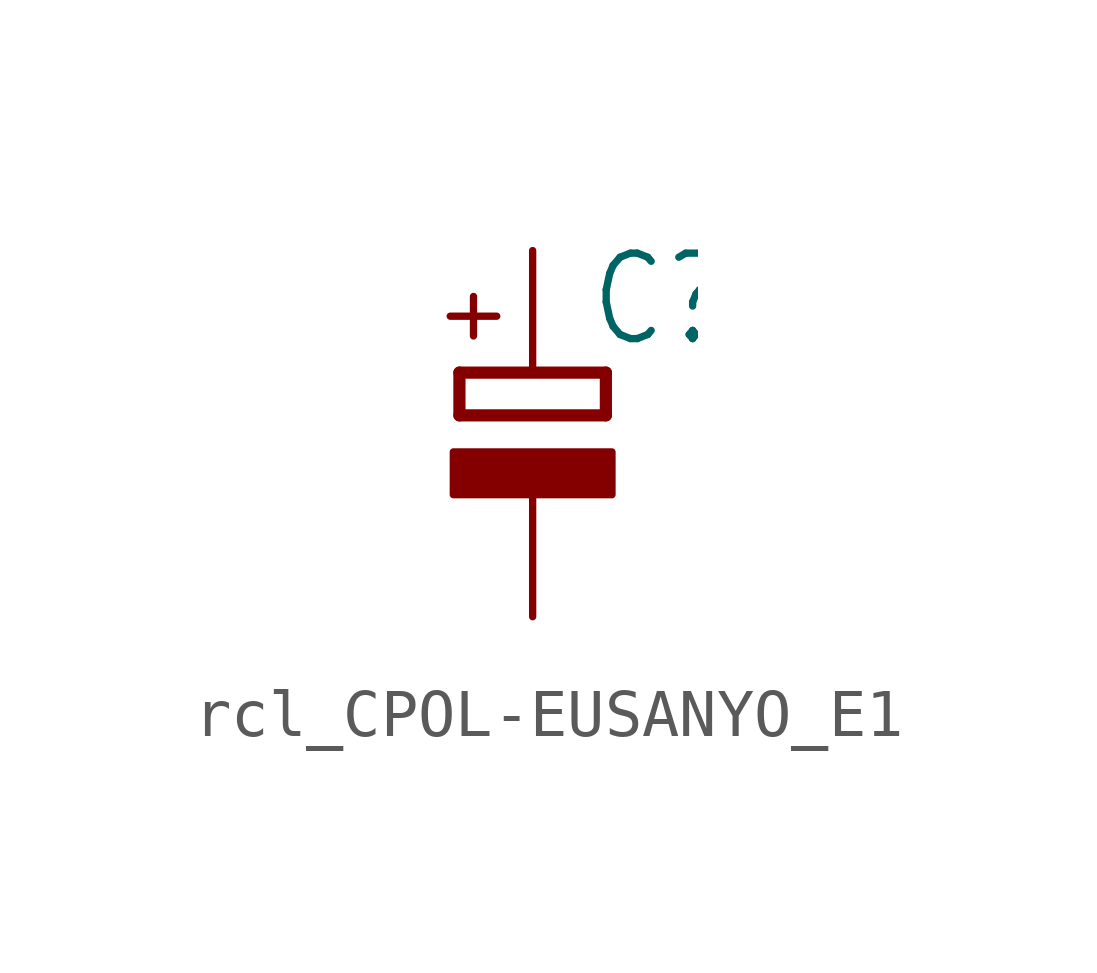
<source format=kicad_sym>
(kicad_symbol_lib
  (version 20241209)
  (generator "kicad_symbol_editor")
  (generator_version "9.0")
  (symbol "rcl_CPOL-EUSANYO_E1"
    (property "Reference" "C"
      (at 1.143 0.483 0)
      (effects (font (size 1.778 1.511)) (justify left bottom)))
    (property "Value" ""
      (at 1.143 -4.597 0)
      (effects (font (size 1.778 1.511)) (justify left bottom)))
    (property "ki_locked" ""
      (at 0 0 0)
      (effects (font (size 1.27 1.27))))
    (symbol "rcl_CPOL-EUSANYO_E1_1_0"
      (rectangle (start -1.651 -2.54) (end 1.651 -1.651) (stroke (width 0) (type default)) (fill (type outline)))
      (polyline (pts (xy -1.524 0) (xy -1.524 -0.889)) (stroke (width 0.254) (type solid)) (fill (type none)))
      (polyline (pts (xy -1.524 0) (xy 1.524 0)) (stroke (width 0.254) (type solid)) (fill (type none)))
      (polyline (pts (xy -1.524 -0.889) (xy 1.524 -0.889)) (stroke (width 0.254) (type solid)) (fill (type none)))
      (polyline (pts (xy 1.524 -0.889) (xy 1.524 0)) (stroke (width 0.254) (type solid)) (fill (type none)))
      (text "+" (at -0.584 0.406 900) (effects (font (size 1.27 1.079)) (justify left bottom)))
      (pin passive line (at 0 2.54 270) (length 2.54) (name "+" (effects (font (size 0 0)))) (number "+" (effects (font (size 0 0)))))
      (pin passive line (at 0 -5.08 90) (length 2.54) (name "-" (effects (font (size 0 0)))) (number "-" (effects (font (size 0 0))))))))
</source>
